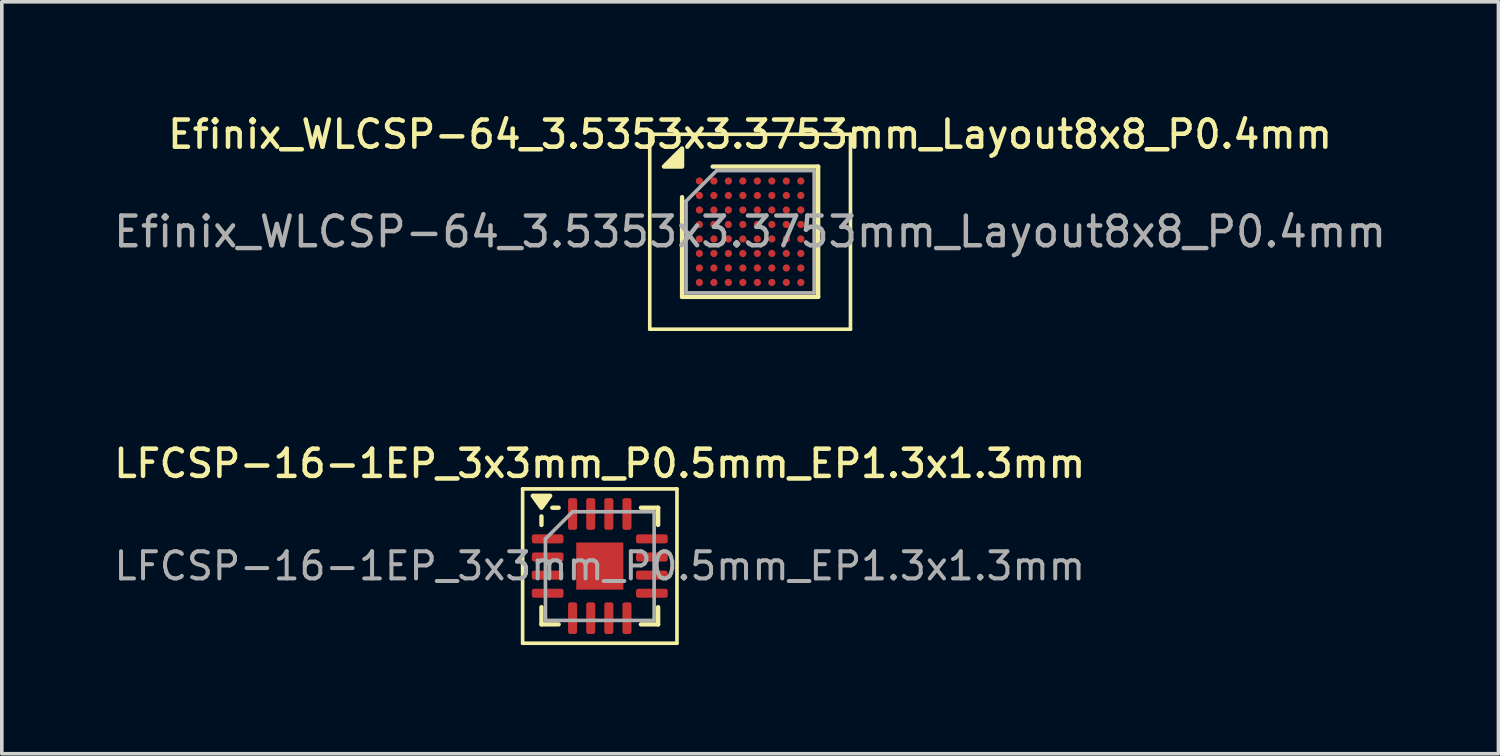
<source format=kicad_pcb>
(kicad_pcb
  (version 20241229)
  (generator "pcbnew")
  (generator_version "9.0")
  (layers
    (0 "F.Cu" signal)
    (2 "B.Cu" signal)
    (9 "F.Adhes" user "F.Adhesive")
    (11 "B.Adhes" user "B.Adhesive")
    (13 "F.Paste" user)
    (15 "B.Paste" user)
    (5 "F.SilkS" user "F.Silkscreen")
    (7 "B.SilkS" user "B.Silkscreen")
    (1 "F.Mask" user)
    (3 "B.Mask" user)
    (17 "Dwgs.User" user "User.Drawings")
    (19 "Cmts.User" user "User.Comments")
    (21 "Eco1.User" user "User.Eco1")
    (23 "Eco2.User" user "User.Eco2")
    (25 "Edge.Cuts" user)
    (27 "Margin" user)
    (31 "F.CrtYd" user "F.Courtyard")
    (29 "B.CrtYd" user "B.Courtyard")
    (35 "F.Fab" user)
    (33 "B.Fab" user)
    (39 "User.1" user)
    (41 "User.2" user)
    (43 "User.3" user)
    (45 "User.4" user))
  (footprint "LFCSP-16-1EP_3x3mm_P0.5mm_EP1.3x1.3mm"
    (layer "F.Cu")
    (at 13.505 12.574)
    (property "Reference" "LFCSP-16-1EP_3x3mm_P0.5mm_EP1.3x1.3mm" (at 0 -2.83 0) (layer "F.SilkS") (effects (font (size 0.75 0.75) (thickness 0.125))))
    (attr smd)
    (fp_line (start -2.13 -2.13) (end -2.13 2.13) (stroke (width 0.1) (type solid)) (layer "F.SilkS"))
    (fp_line (start -2.13 2.13) (end 2.13 2.13) (stroke (width 0.1) (type solid)) (layer "F.SilkS"))
    (fp_line (start -1.61 -1.135) (end -1.61 -1.37) (stroke (width 0.12) (type solid)) (layer "F.SilkS"))
    (fp_line (start -1.61 1.61) (end -1.61 1.135) (stroke (width 0.12) (type solid)) (layer "F.SilkS"))
    (fp_line (start -1.135 -1.61) (end -1.31 -1.61) (stroke (width 0.12) (type solid)) (layer "F.SilkS"))
    (fp_line (start -1.135 1.61) (end -1.61 1.61) (stroke (width 0.12) (type solid)) (layer "F.SilkS"))
    (fp_line (start 1.135 -1.61) (end 1.61 -1.61) (stroke (width 0.12) (type solid)) (layer "F.SilkS"))
    (fp_line (start 1.135 1.61) (end 1.61 1.61) (stroke (width 0.12) (type solid)) (layer "F.SilkS"))
    (fp_line (start 1.61 -1.61) (end 1.61 -1.135) (stroke (width 0.12) (type solid)) (layer "F.SilkS"))
    (fp_line (start 1.61 1.61) (end 1.61 1.135) (stroke (width 0.12) (type solid)) (layer "F.SilkS"))
    (fp_line (start 2.13 -2.13) (end -2.13 -2.13) (stroke (width 0.1) (type solid)) (layer "F.SilkS"))
    (fp_line (start 2.13 2.13) (end 2.13 -2.13) (stroke (width 0.1) (type solid)) (layer "F.SilkS"))
    (fp_poly (pts (xy -1.61 -1.61) (xy -1.85 -1.94) (xy -1.37 -1.94) (xy -1.61 -1.61)) (stroke (width 0.12) (type solid)) (fill yes) (layer "F.SilkS"))
    (fp_line (start -1.5 -0.75) (end -0.75 -1.5) (stroke (width 0.1) (type solid)) (layer "F.Fab"))
    (fp_line (start -1.5 1.5) (end -1.5 -0.75) (stroke (width 0.1) (type solid)) (layer "F.Fab"))
    (fp_line (start -0.75 -1.5) (end 1.5 -1.5) (stroke (width 0.1) (type solid)) (layer "F.Fab"))
    (fp_line (start 1.5 -1.5) (end 1.5 1.5) (stroke (width 0.1) (type solid)) (layer "F.Fab"))
    (fp_line (start 1.5 1.5) (end -1.5 1.5) (stroke (width 0.1) (type solid)) (layer "F.Fab"))
    (fp_text user "${REFERENCE}" (at 0 0 0) (layer "F.Fab") (effects (font (size 0.75 0.75) (thickness 0.11))))
    (pad "" smd roundrect (at -0.325 -0.325) (size 0.52 0.52) (layers "F.Paste") (roundrect_rratio 0.25))
    (pad "" smd roundrect (at -0.325 0.325) (size 0.52 0.52) (layers "F.Paste") (roundrect_rratio 0.25))
    (pad "" smd roundrect (at 0.325 -0.325) (size 0.52 0.52) (layers "F.Paste") (roundrect_rratio 0.25))
    (pad "" smd roundrect (at 0.325 0.325) (size 0.52 0.52) (layers "F.Paste") (roundrect_rratio 0.25))
    (pad "1" smd roundrect (at -1.438 -0.75) (size 0.875 0.25) (layers "F.Cu" "F.Mask" "F.Paste") (roundrect_rratio 0.25))
    (pad "2" smd roundrect (at -1.438 -0.25) (size 0.875 0.25) (layers "F.Cu" "F.Mask" "F.Paste") (roundrect_rratio 0.25))
    (pad "3" smd roundrect (at -1.438 0.25) (size 0.875 0.25) (layers "F.Cu" "F.Mask" "F.Paste") (roundrect_rratio 0.25))
    (pad "4" smd roundrect (at -1.438 0.75) (size 0.875 0.25) (layers "F.Cu" "F.Mask" "F.Paste") (roundrect_rratio 0.25))
    (pad "5" smd roundrect (at -0.75 1.438) (size 0.25 0.875) (layers "F.Cu" "F.Mask" "F.Paste") (roundrect_rratio 0.25))
    (pad "6" smd roundrect (at -0.25 1.438) (size 0.25 0.875) (layers "F.Cu" "F.Mask" "F.Paste") (roundrect_rratio 0.25))
    (pad "7" smd roundrect (at 0.25 1.438) (size 0.25 0.875) (layers "F.Cu" "F.Mask" "F.Paste") (roundrect_rratio 0.25))
    (pad "8" smd roundrect (at 0.75 1.438) (size 0.25 0.875) (layers "F.Cu" "F.Mask" "F.Paste") (roundrect_rratio 0.25))
    (pad "9" smd roundrect (at 1.438 0.75) (size 0.875 0.25) (layers "F.Cu" "F.Mask" "F.Paste") (roundrect_rratio 0.25))
    (pad "10" smd roundrect (at 1.438 0.25) (size 0.875 0.25) (layers "F.Cu" "F.Mask" "F.Paste") (roundrect_rratio 0.25))
    (pad "11" smd roundrect (at 1.438 -0.25) (size 0.875 0.25) (layers "F.Cu" "F.Mask" "F.Paste") (roundrect_rratio 0.25))
    (pad "12" smd roundrect (at 1.438 -0.75) (size 0.875 0.25) (layers "F.Cu" "F.Mask" "F.Paste") (roundrect_rratio 0.25))
    (pad "13" smd roundrect (at 0.75 -1.438) (size 0.25 0.875) (layers "F.Cu" "F.Mask" "F.Paste") (roundrect_rratio 0.25))
    (pad "14" smd roundrect (at 0.25 -1.438) (size 0.25 0.875) (layers "F.Cu" "F.Mask" "F.Paste") (roundrect_rratio 0.25))
    (pad "15" smd roundrect (at -0.25 -1.438) (size 0.25 0.875) (layers "F.Cu" "F.Mask" "F.Paste") (roundrect_rratio 0.25))
    (pad "16" smd roundrect (at -0.75 -1.438) (size 0.25 0.875) (layers "F.Cu" "F.Mask" "F.Paste") (roundrect_rratio 0.25))
    (pad "17" smd rect (at 0 0) (size 1.3 1.3) (property pad_prop_heatsink) (layers "F.Cu" "F.Mask")))
  (footprint "Efinix_WLCSP-64_3.5353x3.3753mm_Layout8x8_P0.4mm"
    (layer "F.Cu")
    (at 17.654 3.346)
    (property "Reference" "Efinix_WLCSP-64_3.5353x3.3753mm_Layout8x8_P0.4mm" (at 0 -2.688 0) (layer "F.SilkS") (effects (font (size 0.75 0.75) (thickness 0.125))))
    (attr smd)
    (fp_line (start -2.77 -2.69) (end -2.77 2.69) (stroke (width 0.1) (type solid)) (layer "F.SilkS"))
    (fp_line (start -2.77 2.69) (end 2.77 2.69) (stroke (width 0.1) (type solid)) (layer "F.SilkS"))
    (fp_line (start -1.878 1.798) (end -1.878 -0.954) (stroke (width 0.12) (type solid)) (layer "F.SilkS"))
    (fp_line (start -1.034 -1.798) (end 1.878 -1.798) (stroke (width 0.12) (type solid)) (layer "F.SilkS"))
    (fp_line (start 1.878 -1.798) (end 1.878 1.798) (stroke (width 0.12) (type solid)) (layer "F.SilkS"))
    (fp_line (start 1.878 1.798) (end -1.878 1.798) (stroke (width 0.12) (type solid)) (layer "F.SilkS"))
    (fp_line (start 2.77 -2.69) (end -2.77 -2.69) (stroke (width 0.1) (type solid)) (layer "F.SilkS"))
    (fp_line (start 2.77 2.69) (end 2.77 -2.69) (stroke (width 0.1) (type solid)) (layer "F.SilkS"))
    (fp_poly (pts (xy -1.878 -1.798) (xy -2.378 -1.798) (xy -1.878 -2.298) (xy -1.878 -1.798)) (stroke (width 0.12) (type solid)) (fill yes) (layer "F.SilkS"))
    (fp_line (start -1.768 -0.844) (end -0.924 -1.688) (stroke (width 0.1) (type solid)) (layer "F.Fab"))
    (fp_line (start -1.768 1.688) (end -1.768 -0.844) (stroke (width 0.1) (type solid)) (layer "F.Fab"))
    (fp_line (start -0.924 -1.688) (end 1.768 -1.688) (stroke (width 0.1) (type solid)) (layer "F.Fab"))
    (fp_line (start 1.768 -1.688) (end 1.768 1.688) (stroke (width 0.1) (type solid)) (layer "F.Fab"))
    (fp_line (start 1.768 1.688) (end -1.768 1.688) (stroke (width 0.1) (type solid)) (layer "F.Fab"))
    (fp_text user "${REFERENCE}" (at 0 0 0) (layer "F.Fab") (effects (font (size 0.82 0.82) (thickness 0.123))))
    (pad "A1" smd circle (at -1.4 -1.4) (size 0.2 0.2) (property pad_prop_bga) (layers "F.Cu" "F.Mask" "F.Paste"))
    (pad "A2" smd circle (at -1 -1.4) (size 0.2 0.2) (property pad_prop_bga) (layers "F.Cu" "F.Mask" "F.Paste"))
    (pad "A3" smd circle (at -0.6 -1.4) (size 0.2 0.2) (property pad_prop_bga) (layers "F.Cu" "F.Mask" "F.Paste"))
    (pad "A4" smd circle (at -0.2 -1.4) (size 0.2 0.2) (property pad_prop_bga) (layers "F.Cu" "F.Mask" "F.Paste"))
    (pad "A5" smd circle (at 0.2 -1.4) (size 0.2 0.2) (property pad_prop_bga) (layers "F.Cu" "F.Mask" "F.Paste"))
    (pad "A6" smd circle (at 0.6 -1.4) (size 0.2 0.2) (property pad_prop_bga) (layers "F.Cu" "F.Mask" "F.Paste"))
    (pad "A7" smd circle (at 1 -1.4) (size 0.2 0.2) (property pad_prop_bga) (layers "F.Cu" "F.Mask" "F.Paste"))
    (pad "A8" smd circle (at 1.4 -1.4) (size 0.2 0.2) (property pad_prop_bga) (layers "F.Cu" "F.Mask" "F.Paste"))
    (pad "B1" smd circle (at -1.4 -1) (size 0.2 0.2) (property pad_prop_bga) (layers "F.Cu" "F.Mask" "F.Paste"))
    (pad "B2" smd circle (at -1 -1) (size 0.2 0.2) (property pad_prop_bga) (layers "F.Cu" "F.Mask" "F.Paste"))
    (pad "B3" smd circle (at -0.6 -1) (size 0.2 0.2) (property pad_prop_bga) (layers "F.Cu" "F.Mask" "F.Paste"))
    (pad "B4" smd circle (at -0.2 -1) (size 0.2 0.2) (property pad_prop_bga) (layers "F.Cu" "F.Mask" "F.Paste"))
    (pad "B5" smd circle (at 0.2 -1) (size 0.2 0.2) (property pad_prop_bga) (layers "F.Cu" "F.Mask" "F.Paste"))
    (pad "B6" smd circle (at 0.6 -1) (size 0.2 0.2) (property pad_prop_bga) (layers "F.Cu" "F.Mask" "F.Paste"))
    (pad "B7" smd circle (at 1 -1) (size 0.2 0.2) (property pad_prop_bga) (layers "F.Cu" "F.Mask" "F.Paste"))
    (pad "B8" smd circle (at 1.4 -1) (size 0.2 0.2) (property pad_prop_bga) (layers "F.Cu" "F.Mask" "F.Paste"))
    (pad "C1" smd circle (at -1.4 -0.6) (size 0.2 0.2) (property pad_prop_bga) (layers "F.Cu" "F.Mask" "F.Paste"))
    (pad "C2" smd circle (at -1 -0.6) (size 0.2 0.2) (property pad_prop_bga) (layers "F.Cu" "F.Mask" "F.Paste"))
    (pad "C3" smd circle (at -0.6 -0.6) (size 0.2 0.2) (property pad_prop_bga) (layers "F.Cu" "F.Mask" "F.Paste"))
    (pad "C4" smd circle (at -0.2 -0.6) (size 0.2 0.2) (property pad_prop_bga) (layers "F.Cu" "F.Mask" "F.Paste"))
    (pad "C5" smd circle (at 0.2 -0.6) (size 0.2 0.2) (property pad_prop_bga) (layers "F.Cu" "F.Mask" "F.Paste"))
    (pad "C6" smd circle (at 0.6 -0.6) (size 0.2 0.2) (property pad_prop_bga) (layers "F.Cu" "F.Mask" "F.Paste"))
    (pad "C7" smd circle (at 1 -0.6) (size 0.2 0.2) (property pad_prop_bga) (layers "F.Cu" "F.Mask" "F.Paste"))
    (pad "C8" smd circle (at 1.4 -0.6) (size 0.2 0.2) (property pad_prop_bga) (layers "F.Cu" "F.Mask" "F.Paste"))
    (pad "D1" smd circle (at -1.4 -0.2) (size 0.2 0.2) (property pad_prop_bga) (layers "F.Cu" "F.Mask" "F.Paste"))
    (pad "D2" smd circle (at -1 -0.2) (size 0.2 0.2) (property pad_prop_bga) (layers "F.Cu" "F.Mask" "F.Paste"))
    (pad "D3" smd circle (at -0.6 -0.2) (size 0.2 0.2) (property pad_prop_bga) (layers "F.Cu" "F.Mask" "F.Paste"))
    (pad "D4" smd circle (at -0.2 -0.2) (size 0.2 0.2) (property pad_prop_bga) (layers "F.Cu" "F.Mask" "F.Paste"))
    (pad "D5" smd circle (at 0.2 -0.2) (size 0.2 0.2) (property pad_prop_bga) (layers "F.Cu" "F.Mask" "F.Paste"))
    (pad "D6" smd circle (at 0.6 -0.2) (size 0.2 0.2) (property pad_prop_bga) (layers "F.Cu" "F.Mask" "F.Paste"))
    (pad "D7" smd circle (at 1 -0.2) (size 0.2 0.2) (property pad_prop_bga) (layers "F.Cu" "F.Mask" "F.Paste"))
    (pad "D8" smd circle (at 1.4 -0.2) (size 0.2 0.2) (property pad_prop_bga) (layers "F.Cu" "F.Mask" "F.Paste"))
    (pad "E1" smd circle (at -1.4 0.2) (size 0.2 0.2) (property pad_prop_bga) (layers "F.Cu" "F.Mask" "F.Paste"))
    (pad "E2" smd circle (at -1 0.2) (size 0.2 0.2) (property pad_prop_bga) (layers "F.Cu" "F.Mask" "F.Paste"))
    (pad "E3" smd circle (at -0.6 0.2) (size 0.2 0.2) (property pad_prop_bga) (layers "F.Cu" "F.Mask" "F.Paste"))
    (pad "E4" smd circle (at -0.2 0.2) (size 0.2 0.2) (property pad_prop_bga) (layers "F.Cu" "F.Mask" "F.Paste"))
    (pad "E5" smd circle (at 0.2 0.2) (size 0.2 0.2) (property pad_prop_bga) (layers "F.Cu" "F.Mask" "F.Paste"))
    (pad "E6" smd circle (at 0.6 0.2) (size 0.2 0.2) (property pad_prop_bga) (layers "F.Cu" "F.Mask" "F.Paste"))
    (pad "E7" smd circle (at 1 0.2) (size 0.2 0.2) (property pad_prop_bga) (layers "F.Cu" "F.Mask" "F.Paste"))
    (pad "E8" smd circle (at 1.4 0.2) (size 0.2 0.2) (property pad_prop_bga) (layers "F.Cu" "F.Mask" "F.Paste"))
    (pad "F1" smd circle (at -1.4 0.6) (size 0.2 0.2) (property pad_prop_bga) (layers "F.Cu" "F.Mask" "F.Paste"))
    (pad "F2" smd circle (at -1 0.6) (size 0.2 0.2) (property pad_prop_bga) (layers "F.Cu" "F.Mask" "F.Paste"))
    (pad "F3" smd circle (at -0.6 0.6) (size 0.2 0.2) (property pad_prop_bga) (layers "F.Cu" "F.Mask" "F.Paste"))
    (pad "F4" smd circle (at -0.2 0.6) (size 0.2 0.2) (property pad_prop_bga) (layers "F.Cu" "F.Mask" "F.Paste"))
    (pad "F5" smd circle (at 0.2 0.6) (size 0.2 0.2) (property pad_prop_bga) (layers "F.Cu" "F.Mask" "F.Paste"))
    (pad "F6" smd circle (at 0.6 0.6) (size 0.2 0.2) (property pad_prop_bga) (layers "F.Cu" "F.Mask" "F.Paste"))
    (pad "F7" smd circle (at 1 0.6) (size 0.2 0.2) (property pad_prop_bga) (layers "F.Cu" "F.Mask" "F.Paste"))
    (pad "F8" smd circle (at 1.4 0.6) (size 0.2 0.2) (property pad_prop_bga) (layers "F.Cu" "F.Mask" "F.Paste"))
    (pad "G1" smd circle (at -1.4 1) (size 0.2 0.2) (property pad_prop_bga) (layers "F.Cu" "F.Mask" "F.Paste"))
    (pad "G2" smd circle (at -1 1) (size 0.2 0.2) (property pad_prop_bga) (layers "F.Cu" "F.Mask" "F.Paste"))
    (pad "G3" smd circle (at -0.6 1) (size 0.2 0.2) (property pad_prop_bga) (layers "F.Cu" "F.Mask" "F.Paste"))
    (pad "G4" smd circle (at -0.2 1) (size 0.2 0.2) (property pad_prop_bga) (layers "F.Cu" "F.Mask" "F.Paste"))
    (pad "G5" smd circle (at 0.2 1) (size 0.2 0.2) (property pad_prop_bga) (layers "F.Cu" "F.Mask" "F.Paste"))
    (pad "G6" smd circle (at 0.6 1) (size 0.2 0.2) (property pad_prop_bga) (layers "F.Cu" "F.Mask" "F.Paste"))
    (pad "G7" smd circle (at 1 1) (size 0.2 0.2) (property pad_prop_bga) (layers "F.Cu" "F.Mask" "F.Paste"))
    (pad "G8" smd circle (at 1.4 1) (size 0.2 0.2) (property pad_prop_bga) (layers "F.Cu" "F.Mask" "F.Paste"))
    (pad "H1" smd circle (at -1.4 1.4) (size 0.2 0.2) (property pad_prop_bga) (layers "F.Cu" "F.Mask" "F.Paste"))
    (pad "H2" smd circle (at -1 1.4) (size 0.2 0.2) (property pad_prop_bga) (layers "F.Cu" "F.Mask" "F.Paste"))
    (pad "H3" smd circle (at -0.6 1.4) (size 0.2 0.2) (property pad_prop_bga) (layers "F.Cu" "F.Mask" "F.Paste"))
    (pad "H4" smd circle (at -0.2 1.4) (size 0.2 0.2) (property pad_prop_bga) (layers "F.Cu" "F.Mask" "F.Paste"))
    (pad "H5" smd circle (at 0.2 1.4) (size 0.2 0.2) (property pad_prop_bga) (layers "F.Cu" "F.Mask" "F.Paste"))
    (pad "H6" smd circle (at 0.6 1.4) (size 0.2 0.2) (property pad_prop_bga) (layers "F.Cu" "F.Mask" "F.Paste"))
    (pad "H7" smd circle (at 1 1.4) (size 0.2 0.2) (property pad_prop_bga) (layers "F.Cu" "F.Mask" "F.Paste"))
    (pad "H8" smd circle (at 1.4 1.4) (size 0.2 0.2) (property pad_prop_bga) (layers "F.Cu" "F.Mask" "F.Paste")))
  (gr_rect
    (start -3 -3)
    (end 38.309 17.754)
    (stroke (width 0.1) (type default))
    (fill no)
    (layer "Edge.Cuts")))
</source>
